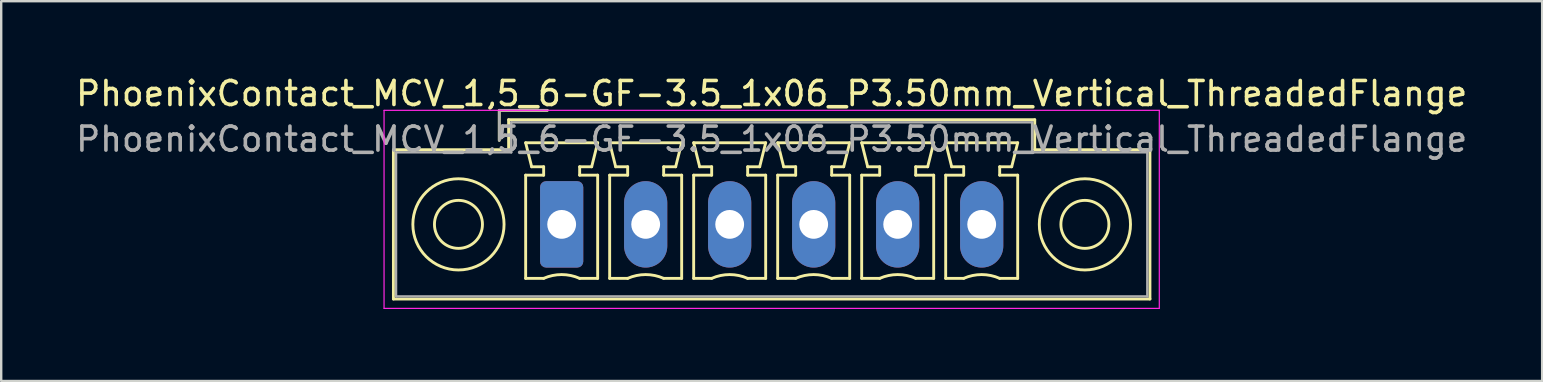
<source format=kicad_pcb>
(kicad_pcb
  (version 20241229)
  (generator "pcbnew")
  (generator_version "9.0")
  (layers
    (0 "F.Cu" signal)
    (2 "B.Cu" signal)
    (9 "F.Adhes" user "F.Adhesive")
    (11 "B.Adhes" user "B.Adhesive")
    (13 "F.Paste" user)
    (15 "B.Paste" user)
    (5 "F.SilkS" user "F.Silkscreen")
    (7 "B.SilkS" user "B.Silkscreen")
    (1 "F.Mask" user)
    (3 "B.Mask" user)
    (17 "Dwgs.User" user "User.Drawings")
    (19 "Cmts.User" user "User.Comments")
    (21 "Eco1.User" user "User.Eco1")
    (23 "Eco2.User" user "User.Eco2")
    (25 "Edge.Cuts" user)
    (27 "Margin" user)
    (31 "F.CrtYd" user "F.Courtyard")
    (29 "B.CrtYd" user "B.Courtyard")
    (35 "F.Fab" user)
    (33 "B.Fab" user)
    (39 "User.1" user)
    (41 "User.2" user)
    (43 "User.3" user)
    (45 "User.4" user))
  (footprint "PhoenixContact_MCV_1,5_6-GF-3.5_1x06_P3.50mm_Vertical_ThreadedFlange"
    (layer "F.Cu")
    (at 20.351 6.298)
    (property "Reference" "PhoenixContact_MCV_1,5_6-GF-3.5_1x06_P3.50mm_Vertical_ThreadedFlange" (at 8.75 -5.45 0) (layer "F.SilkS") (effects (font (size 1 1) (thickness 0.15))))
    (attr through_hole)
    (fp_line (start -7.01 -3.11) (end -7.01 3.11) (stroke (width 0.12) (type solid)) (layer "F.SilkS"))
    (fp_line (start -7.01 3.11) (end 24.51 3.11) (stroke (width 0.12) (type solid)) (layer "F.SilkS"))
    (fp_line (start -2.6 -4.75) (end -0.6 -4.75) (stroke (width 0.12) (type solid)) (layer "F.SilkS"))
    (fp_line (start -2.6 -3.5) (end -2.6 -4.75) (stroke (width 0.12) (type solid)) (layer "F.SilkS"))
    (fp_line (start -2.21 -4.36) (end -2.21 -3.11) (stroke (width 0.12) (type solid)) (layer "F.SilkS"))
    (fp_line (start -2.21 -3.11) (end -7.01 -3.11) (stroke (width 0.12) (type solid)) (layer "F.SilkS"))
    (fp_line (start -1.5 -3.4) (end 1.5 -3.4) (stroke (width 0.12) (type solid)) (layer "F.SilkS"))
    (fp_line (start -1.5 -2.05) (end -0.75 -2.05) (stroke (width 0.12) (type solid)) (layer "F.SilkS"))
    (fp_line (start -1.5 2.25) (end -1.5 -2.05) (stroke (width 0.12) (type solid)) (layer "F.SilkS"))
    (fp_line (start -1.25 -2.4) (end -1.5 -3.4) (stroke (width 0.12) (type solid)) (layer "F.SilkS"))
    (fp_line (start -0.75 -2.4) (end -1.25 -2.4) (stroke (width 0.12) (type solid)) (layer "F.SilkS"))
    (fp_line (start -0.75 -2.05) (end -0.75 -2.4) (stroke (width 0.12) (type solid)) (layer "F.SilkS"))
    (fp_line (start -0.75 2.25) (end -1.5 2.25) (stroke (width 0.12) (type solid)) (layer "F.SilkS"))
    (fp_line (start 0.75 -2.4) (end 0.75 -2.05) (stroke (width 0.12) (type solid)) (layer "F.SilkS"))
    (fp_line (start 0.75 -2.05) (end 1.5 -2.05) (stroke (width 0.12) (type solid)) (layer "F.SilkS"))
    (fp_line (start 1.25 -2.4) (end 0.75 -2.4) (stroke (width 0.12) (type solid)) (layer "F.SilkS"))
    (fp_line (start 1.5 -3.4) (end 1.25 -2.4) (stroke (width 0.12) (type solid)) (layer "F.SilkS"))
    (fp_line (start 1.5 -2.05) (end 1.5 2.25) (stroke (width 0.12) (type solid)) (layer "F.SilkS"))
    (fp_line (start 1.5 2.25) (end 0.75 2.25) (stroke (width 0.12) (type solid)) (layer "F.SilkS"))
    (fp_line (start 2 -3.4) (end 5 -3.4) (stroke (width 0.12) (type solid)) (layer "F.SilkS"))
    (fp_line (start 2 -2.05) (end 2.75 -2.05) (stroke (width 0.12) (type solid)) (layer "F.SilkS"))
    (fp_line (start 2 2.25) (end 2 -2.05) (stroke (width 0.12) (type solid)) (layer "F.SilkS"))
    (fp_line (start 2.25 -2.4) (end 2 -3.4) (stroke (width 0.12) (type solid)) (layer "F.SilkS"))
    (fp_line (start 2.75 -2.4) (end 2.25 -2.4) (stroke (width 0.12) (type solid)) (layer "F.SilkS"))
    (fp_line (start 2.75 -2.05) (end 2.75 -2.4) (stroke (width 0.12) (type solid)) (layer "F.SilkS"))
    (fp_line (start 2.75 2.25) (end 2 2.25) (stroke (width 0.12) (type solid)) (layer "F.SilkS"))
    (fp_line (start 4.25 -2.4) (end 4.25 -2.05) (stroke (width 0.12) (type solid)) (layer "F.SilkS"))
    (fp_line (start 4.25 -2.05) (end 5 -2.05) (stroke (width 0.12) (type solid)) (layer "F.SilkS"))
    (fp_line (start 4.75 -2.4) (end 4.25 -2.4) (stroke (width 0.12) (type solid)) (layer "F.SilkS"))
    (fp_line (start 5 -3.4) (end 4.75 -2.4) (stroke (width 0.12) (type solid)) (layer "F.SilkS"))
    (fp_line (start 5 -2.05) (end 5 2.25) (stroke (width 0.12) (type solid)) (layer "F.SilkS"))
    (fp_line (start 5 2.25) (end 4.25 2.25) (stroke (width 0.12) (type solid)) (layer "F.SilkS"))
    (fp_line (start 5.5 -3.4) (end 8.5 -3.4) (stroke (width 0.12) (type solid)) (layer "F.SilkS"))
    (fp_line (start 5.5 -2.05) (end 6.25 -2.05) (stroke (width 0.12) (type solid)) (layer "F.SilkS"))
    (fp_line (start 5.5 2.25) (end 5.5 -2.05) (stroke (width 0.12) (type solid)) (layer "F.SilkS"))
    (fp_line (start 5.75 -2.4) (end 5.5 -3.4) (stroke (width 0.12) (type solid)) (layer "F.SilkS"))
    (fp_line (start 6.25 -2.4) (end 5.75 -2.4) (stroke (width 0.12) (type solid)) (layer "F.SilkS"))
    (fp_line (start 6.25 -2.05) (end 6.25 -2.4) (stroke (width 0.12) (type solid)) (layer "F.SilkS"))
    (fp_line (start 6.25 2.25) (end 5.5 2.25) (stroke (width 0.12) (type solid)) (layer "F.SilkS"))
    (fp_line (start 7.75 -2.4) (end 7.75 -2.05) (stroke (width 0.12) (type solid)) (layer "F.SilkS"))
    (fp_line (start 7.75 -2.05) (end 8.5 -2.05) (stroke (width 0.12) (type solid)) (layer "F.SilkS"))
    (fp_line (start 8.25 -2.4) (end 7.75 -2.4) (stroke (width 0.12) (type solid)) (layer "F.SilkS"))
    (fp_line (start 8.5 -3.4) (end 8.25 -2.4) (stroke (width 0.12) (type solid)) (layer "F.SilkS"))
    (fp_line (start 8.5 -2.05) (end 8.5 2.25) (stroke (width 0.12) (type solid)) (layer "F.SilkS"))
    (fp_line (start 8.5 2.25) (end 7.75 2.25) (stroke (width 0.12) (type solid)) (layer "F.SilkS"))
    (fp_line (start 9 -3.4) (end 12 -3.4) (stroke (width 0.12) (type solid)) (layer "F.SilkS"))
    (fp_line (start 9 -2.05) (end 9.75 -2.05) (stroke (width 0.12) (type solid)) (layer "F.SilkS"))
    (fp_line (start 9 2.25) (end 9 -2.05) (stroke (width 0.12) (type solid)) (layer "F.SilkS"))
    (fp_line (start 9.25 -2.4) (end 9 -3.4) (stroke (width 0.12) (type solid)) (layer "F.SilkS"))
    (fp_line (start 9.75 -2.4) (end 9.25 -2.4) (stroke (width 0.12) (type solid)) (layer "F.SilkS"))
    (fp_line (start 9.75 -2.05) (end 9.75 -2.4) (stroke (width 0.12) (type solid)) (layer "F.SilkS"))
    (fp_line (start 9.75 2.25) (end 9 2.25) (stroke (width 0.12) (type solid)) (layer "F.SilkS"))
    (fp_line (start 11.25 -2.4) (end 11.25 -2.05) (stroke (width 0.12) (type solid)) (layer "F.SilkS"))
    (fp_line (start 11.25 -2.05) (end 12 -2.05) (stroke (width 0.12) (type solid)) (layer "F.SilkS"))
    (fp_line (start 11.75 -2.4) (end 11.25 -2.4) (stroke (width 0.12) (type solid)) (layer "F.SilkS"))
    (fp_line (start 12 -3.4) (end 11.75 -2.4) (stroke (width 0.12) (type solid)) (layer "F.SilkS"))
    (fp_line (start 12 -2.05) (end 12 2.25) (stroke (width 0.12) (type solid)) (layer "F.SilkS"))
    (fp_line (start 12 2.25) (end 11.25 2.25) (stroke (width 0.12) (type solid)) (layer "F.SilkS"))
    (fp_line (start 12.5 -3.4) (end 15.5 -3.4) (stroke (width 0.12) (type solid)) (layer "F.SilkS"))
    (fp_line (start 12.5 -2.05) (end 13.25 -2.05) (stroke (width 0.12) (type solid)) (layer "F.SilkS"))
    (fp_line (start 12.5 2.25) (end 12.5 -2.05) (stroke (width 0.12) (type solid)) (layer "F.SilkS"))
    (fp_line (start 12.75 -2.4) (end 12.5 -3.4) (stroke (width 0.12) (type solid)) (layer "F.SilkS"))
    (fp_line (start 13.25 -2.4) (end 12.75 -2.4) (stroke (width 0.12) (type solid)) (layer "F.SilkS"))
    (fp_line (start 13.25 -2.05) (end 13.25 -2.4) (stroke (width 0.12) (type solid)) (layer "F.SilkS"))
    (fp_line (start 13.25 2.25) (end 12.5 2.25) (stroke (width 0.12) (type solid)) (layer "F.SilkS"))
    (fp_line (start 14.75 -2.4) (end 14.75 -2.05) (stroke (width 0.12) (type solid)) (layer "F.SilkS"))
    (fp_line (start 14.75 -2.05) (end 15.5 -2.05) (stroke (width 0.12) (type solid)) (layer "F.SilkS"))
    (fp_line (start 15.25 -2.4) (end 14.75 -2.4) (stroke (width 0.12) (type solid)) (layer "F.SilkS"))
    (fp_line (start 15.5 -3.4) (end 15.25 -2.4) (stroke (width 0.12) (type solid)) (layer "F.SilkS"))
    (fp_line (start 15.5 -2.05) (end 15.5 2.25) (stroke (width 0.12) (type solid)) (layer "F.SilkS"))
    (fp_line (start 15.5 2.25) (end 14.75 2.25) (stroke (width 0.12) (type solid)) (layer "F.SilkS"))
    (fp_line (start 16 -3.4) (end 19 -3.4) (stroke (width 0.12) (type solid)) (layer "F.SilkS"))
    (fp_line (start 16 -2.05) (end 16.75 -2.05) (stroke (width 0.12) (type solid)) (layer "F.SilkS"))
    (fp_line (start 16 2.25) (end 16 -2.05) (stroke (width 0.12) (type solid)) (layer "F.SilkS"))
    (fp_line (start 16.25 -2.4) (end 16 -3.4) (stroke (width 0.12) (type solid)) (layer "F.SilkS"))
    (fp_line (start 16.75 -2.4) (end 16.25 -2.4) (stroke (width 0.12) (type solid)) (layer "F.SilkS"))
    (fp_line (start 16.75 -2.05) (end 16.75 -2.4) (stroke (width 0.12) (type solid)) (layer "F.SilkS"))
    (fp_line (start 16.75 2.25) (end 16 2.25) (stroke (width 0.12) (type solid)) (layer "F.SilkS"))
    (fp_line (start 18.25 -2.4) (end 18.25 -2.05) (stroke (width 0.12) (type solid)) (layer "F.SilkS"))
    (fp_line (start 18.25 -2.05) (end 19 -2.05) (stroke (width 0.12) (type solid)) (layer "F.SilkS"))
    (fp_line (start 18.75 -2.4) (end 18.25 -2.4) (stroke (width 0.12) (type solid)) (layer "F.SilkS"))
    (fp_line (start 19 -3.4) (end 18.75 -2.4) (stroke (width 0.12) (type solid)) (layer "F.SilkS"))
    (fp_line (start 19 -2.05) (end 19 2.25) (stroke (width 0.12) (type solid)) (layer "F.SilkS"))
    (fp_line (start 19 2.25) (end 18.25 2.25) (stroke (width 0.12) (type solid)) (layer "F.SilkS"))
    (fp_line (start 19.71 -4.36) (end -2.21 -4.36) (stroke (width 0.12) (type solid)) (layer "F.SilkS"))
    (fp_line (start 19.71 -3.11) (end 19.71 -4.36) (stroke (width 0.12) (type solid)) (layer "F.SilkS"))
    (fp_line (start 24.51 -3.11) (end 19.71 -3.11) (stroke (width 0.12) (type solid)) (layer "F.SilkS"))
    (fp_line (start 24.51 3.11) (end 24.51 -3.11) (stroke (width 0.12) (type solid)) (layer "F.SilkS"))
    (fp_arc (start -0.75 2.25) (mid -0.000193 2.09191) (end 0.749647 2.249844) (stroke (width 0.12) (type solid)) (layer "F.SilkS"))
    (fp_arc (start 2.75 2.25) (mid 3.499807 2.09191) (end 4.249647 2.249844) (stroke (width 0.12) (type solid)) (layer "F.SilkS"))
    (fp_arc (start 6.25 2.25) (mid 6.999807 2.09191) (end 7.749647 2.249844) (stroke (width 0.12) (type solid)) (layer "F.SilkS"))
    (fp_arc (start 9.75 2.25) (mid 10.499807 2.09191) (end 11.249647 2.249844) (stroke (width 0.12) (type solid)) (layer "F.SilkS"))
    (fp_arc (start 13.25 2.25) (mid 13.999807 2.09191) (end 14.749647 2.249844) (stroke (width 0.12) (type solid)) (layer "F.SilkS"))
    (fp_arc (start 16.75 2.25) (mid 17.499807 2.09191) (end 18.249647 2.249844) (stroke (width 0.12) (type solid)) (layer "F.SilkS"))
    (fp_circle (center -4.3 0) (end -3.3 0) (stroke (width 0.12) (type solid)) (fill no) (layer "F.SilkS"))
    (fp_circle (center -4.3 0) (end -2.4 0) (stroke (width 0.12) (type solid)) (fill no) (layer "F.SilkS"))
    (fp_circle (center 21.8 0) (end 22.8 0) (stroke (width 0.12) (type solid)) (fill no) (layer "F.SilkS"))
    (fp_circle (center 21.8 0) (end 23.7 0) (stroke (width 0.12) (type solid)) (fill no) (layer "F.SilkS"))
    (fp_line (start -7.4 -4.75) (end -7.4 3.5) (stroke (width 0.05) (type solid)) (layer "F.CrtYd"))
    (fp_line (start -7.4 3.5) (end 24.9 3.5) (stroke (width 0.05) (type solid)) (layer "F.CrtYd"))
    (fp_line (start 24.9 -4.75) (end -7.4 -4.75) (stroke (width 0.05) (type solid)) (layer "F.CrtYd"))
    (fp_line (start 24.9 3.5) (end 24.9 -4.75) (stroke (width 0.05) (type solid)) (layer "F.CrtYd"))
    (fp_line (start -6.9 -3) (end -6.9 3) (stroke (width 0.1) (type solid)) (layer "F.Fab"))
    (fp_line (start -6.9 3) (end 24.4 3) (stroke (width 0.1) (type solid)) (layer "F.Fab"))
    (fp_line (start -2.6 -4.75) (end -0.6 -4.75) (stroke (width 0.1) (type solid)) (layer "F.Fab"))
    (fp_line (start -2.6 -3.5) (end -2.6 -4.75) (stroke (width 0.1) (type solid)) (layer "F.Fab"))
    (fp_line (start -2.1 -4.25) (end -2.1 -3) (stroke (width 0.1) (type solid)) (layer "F.Fab"))
    (fp_line (start -2.1 -3) (end -6.9 -3) (stroke (width 0.1) (type solid)) (layer "F.Fab"))
    (fp_line (start 19.6 -4.25) (end -2.1 -4.25) (stroke (width 0.1) (type solid)) (layer "F.Fab"))
    (fp_line (start 19.6 -3) (end 19.6 -4.25) (stroke (width 0.1) (type solid)) (layer "F.Fab"))
    (fp_line (start 24.4 -3) (end 19.6 -3) (stroke (width 0.1) (type solid)) (layer "F.Fab"))
    (fp_line (start 24.4 3) (end 24.4 -3) (stroke (width 0.1) (type solid)) (layer "F.Fab"))
    (fp_text user "${REFERENCE}" (at 8.75 -3.55 0) (layer "F.Fab") (effects (font (size 1 1) (thickness 0.15))))
    (pad "1" thru_hole roundrect (at 0 0) (size 1.8 3.6) (drill 1.2) (layers "*.Cu" "*.Mask") (roundrect_rratio 0.139))
    (pad "2" thru_hole oval (at 3.5 0) (size 1.8 3.6) (drill 1.2) (layers "*.Cu" "*.Mask"))
    (pad "3" thru_hole oval (at 7 0) (size 1.8 3.6) (drill 1.2) (layers "*.Cu" "*.Mask"))
    (pad "4" thru_hole oval (at 10.5 0) (size 1.8 3.6) (drill 1.2) (layers "*.Cu" "*.Mask"))
    (pad "5" thru_hole oval (at 14 0) (size 1.8 3.6) (drill 1.2) (layers "*.Cu" "*.Mask"))
    (pad "6" thru_hole oval (at 17.5 0) (size 1.8 3.6) (drill 1.2) (layers "*.Cu" "*.Mask")))
  (gr_rect
    (start -3 -3)
    (end 61.202 12.823)
    (stroke (width 0.1) (type default))
    (fill no)
    (layer "Edge.Cuts")))
</source>
